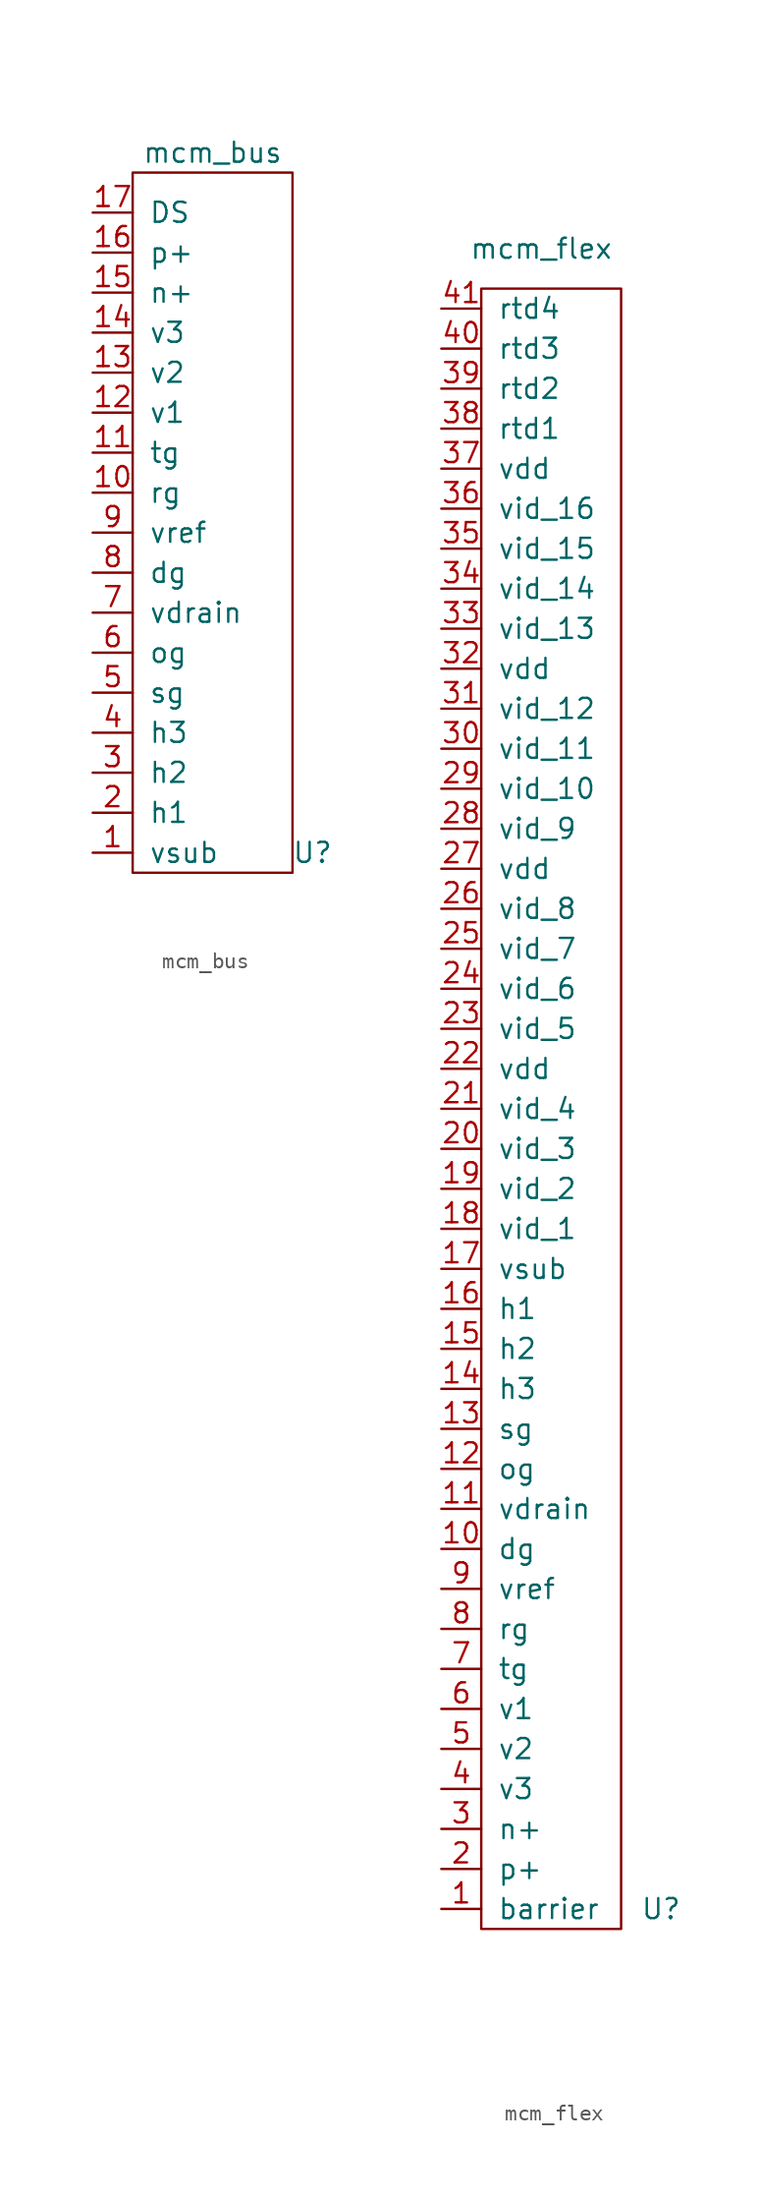
<source format=kicad_sym>
(kicad_symbol_lib
  (version 20220914)
  (generator kicad_symbol_editor)
  (symbol "mcm_bus"
    (pin_names
      (offset 1.016))
    (property "Reference" "U"
      (at 13.97 2.54 0)
      (effects (font (size 1.27 1.27))))
    (property "Value" "mcm_bus"
      (at 7.62 46.99 0)
      (effects (font (size 1.27 1.27))))
    (symbol "mcm_bus_0_1"
      (rectangle (start 2.54 1.27) (end 12.7 45.72) (stroke (width 0) (type default)) (fill (type none))))
    (symbol "mcm_bus_1_1"
      (pin bidirectional line (at 0 2.54 0) (length 2.54) (name "vsub" (effects (font (size 1.27 1.27)))) (number "1" (effects (font (size 1.27 1.27)))))
      (pin bidirectional line (at 0 25.4 0) (length 2.54) (name "rg" (effects (font (size 1.27 1.27)))) (number "10" (effects (font (size 1.27 1.27)))))
      (pin bidirectional line (at 0 27.94 0) (length 2.54) (name "tg" (effects (font (size 1.27 1.27)))) (number "11" (effects (font (size 1.27 1.27)))))
      (pin bidirectional line (at 0 30.48 0) (length 2.54) (name "v1" (effects (font (size 1.27 1.27)))) (number "12" (effects (font (size 1.27 1.27)))))
      (pin bidirectional line (at 0 33.02 0) (length 2.54) (name "v2" (effects (font (size 1.27 1.27)))) (number "13" (effects (font (size 1.27 1.27)))))
      (pin bidirectional line (at 0 35.56 0) (length 2.54) (name "v3" (effects (font (size 1.27 1.27)))) (number "14" (effects (font (size 1.27 1.27)))))
      (pin bidirectional line (at 0 38.1 0) (length 2.54) (name "n+" (effects (font (size 1.27 1.27)))) (number "15" (effects (font (size 1.27 1.27)))))
      (pin bidirectional line (at 0 40.64 0) (length 2.54) (name "p+" (effects (font (size 1.27 1.27)))) (number "16" (effects (font (size 1.27 1.27)))))
      (pin bidirectional line (at 0 43.18 0) (length 2.54) (name "DS" (effects (font (size 1.27 1.27)))) (number "17" (effects (font (size 1.27 1.27)))))
      (pin bidirectional line (at 0 5.08 0) (length 2.54) (name "h1" (effects (font (size 1.27 1.27)))) (number "2" (effects (font (size 1.27 1.27)))))
      (pin bidirectional line (at 0 7.62 0) (length 2.54) (name "h2" (effects (font (size 1.27 1.27)))) (number "3" (effects (font (size 1.27 1.27)))))
      (pin bidirectional line (at 0 10.16 0) (length 2.54) (name "h3" (effects (font (size 1.27 1.27)))) (number "4" (effects (font (size 1.27 1.27)))))
      (pin bidirectional line (at 0 12.7 0) (length 2.54) (name "sg" (effects (font (size 1.27 1.27)))) (number "5" (effects (font (size 1.27 1.27)))))
      (pin bidirectional line (at 0 15.24 0) (length 2.54) (name "og" (effects (font (size 1.27 1.27)))) (number "6" (effects (font (size 1.27 1.27)))))
      (pin bidirectional line (at 0 17.78 0) (length 2.54) (name "vdrain" (effects (font (size 1.27 1.27)))) (number "7" (effects (font (size 1.27 1.27)))))
      (pin bidirectional line (at 0 20.32 0) (length 2.54) (name "dg" (effects (font (size 1.27 1.27)))) (number "8" (effects (font (size 1.27 1.27)))))
      (pin bidirectional line (at 0 22.86 0) (length 2.54) (name "vref" (effects (font (size 1.27 1.27)))) (number "9" (effects (font (size 1.27 1.27)))))))
  (symbol "mcm_flex"
    (pin_names
      (offset 1.016))
    (property "Reference" "U"
      (at 13.97 2.54 0)
      (effects (font (size 1.27 1.27))))
    (property "Value" "mcm_flex"
      (at 6.35 107.95 0)
      (effects (font (size 1.27 1.27))))
    (symbol "mcm_flex_0_1"
      (rectangle (start 2.54 105.41) (end 11.43 1.27) (stroke (width 0) (type default)) (fill (type none))))
    (symbol "mcm_flex_1_1"
      (pin bidirectional line (at 0 2.54 0) (length 2.54) (name "barrier" (effects (font (size 1.27 1.27)))) (number "1" (effects (font (size 1.27 1.27)))))
      (pin bidirectional line (at 0 25.4 0) (length 2.54) (name "dg" (effects (font (size 1.27 1.27)))) (number "10" (effects (font (size 1.27 1.27)))))
      (pin bidirectional line (at 0 27.94 0) (length 2.54) (name "vdrain" (effects (font (size 1.27 1.27)))) (number "11" (effects (font (size 1.27 1.27)))))
      (pin bidirectional line (at 0 30.48 0) (length 2.54) (name "og" (effects (font (size 1.27 1.27)))) (number "12" (effects (font (size 1.27 1.27)))))
      (pin bidirectional line (at 0 33.02 0) (length 2.54) (name "sg" (effects (font (size 1.27 1.27)))) (number "13" (effects (font (size 1.27 1.27)))))
      (pin bidirectional line (at 0 35.56 0) (length 2.54) (name "h3" (effects (font (size 1.27 1.27)))) (number "14" (effects (font (size 1.27 1.27)))))
      (pin bidirectional line (at 0 38.1 0) (length 2.54) (name "h2" (effects (font (size 1.27 1.27)))) (number "15" (effects (font (size 1.27 1.27)))))
      (pin bidirectional line (at 0 40.64 0) (length 2.54) (name "h1" (effects (font (size 1.27 1.27)))) (number "16" (effects (font (size 1.27 1.27)))))
      (pin bidirectional line (at 0 43.18 0) (length 2.54) (name "vsub" (effects (font (size 1.27 1.27)))) (number "17" (effects (font (size 1.27 1.27)))))
      (pin bidirectional line (at 0 45.72 0) (length 2.54) (name "vid_1" (effects (font (size 1.27 1.27)))) (number "18" (effects (font (size 1.27 1.27)))))
      (pin bidirectional line (at 0 48.26 0) (length 2.54) (name "vid_2" (effects (font (size 1.27 1.27)))) (number "19" (effects (font (size 1.27 1.27)))))
      (pin bidirectional line (at 0 5.08 0) (length 2.54) (name "p+" (effects (font (size 1.27 1.27)))) (number "2" (effects (font (size 1.27 1.27)))))
      (pin bidirectional line (at 0 50.8 0) (length 2.54) (name "vid_3" (effects (font (size 1.27 1.27)))) (number "20" (effects (font (size 1.27 1.27)))))
      (pin bidirectional line (at 0 53.34 0) (length 2.54) (name "vid_4" (effects (font (size 1.27 1.27)))) (number "21" (effects (font (size 1.27 1.27)))))
      (pin bidirectional line (at 0 55.88 0) (length 2.54) (name "vdd" (effects (font (size 1.27 1.27)))) (number "22" (effects (font (size 1.27 1.27)))))
      (pin bidirectional line (at 0 58.42 0) (length 2.54) (name "vid_5" (effects (font (size 1.27 1.27)))) (number "23" (effects (font (size 1.27 1.27)))))
      (pin bidirectional line (at 0 60.96 0) (length 2.54) (name "vid_6" (effects (font (size 1.27 1.27)))) (number "24" (effects (font (size 1.27 1.27)))))
      (pin bidirectional line (at 0 63.5 0) (length 2.54) (name "vid_7" (effects (font (size 1.27 1.27)))) (number "25" (effects (font (size 1.27 1.27)))))
      (pin bidirectional line (at 0 66.04 0) (length 2.54) (name "vid_8" (effects (font (size 1.27 1.27)))) (number "26" (effects (font (size 1.27 1.27)))))
      (pin bidirectional line (at 0 68.58 0) (length 2.54) (name "vdd" (effects (font (size 1.27 1.27)))) (number "27" (effects (font (size 1.27 1.27)))))
      (pin bidirectional line (at 0 71.12 0) (length 2.54) (name "vid_9" (effects (font (size 1.27 1.27)))) (number "28" (effects (font (size 1.27 1.27)))))
      (pin bidirectional line (at 0 73.66 0) (length 2.54) (name "vid_10" (effects (font (size 1.27 1.27)))) (number "29" (effects (font (size 1.27 1.27)))))
      (pin bidirectional line (at 0 7.62 0) (length 2.54) (name "n+" (effects (font (size 1.27 1.27)))) (number "3" (effects (font (size 1.27 1.27)))))
      (pin bidirectional line (at 0 76.2 0) (length 2.54) (name "vid_11" (effects (font (size 1.27 1.27)))) (number "30" (effects (font (size 1.27 1.27)))))
      (pin bidirectional line (at 0 78.74 0) (length 2.54) (name "vid_12" (effects (font (size 1.27 1.27)))) (number "31" (effects (font (size 1.27 1.27)))))
      (pin bidirectional line (at 0 81.28 0) (length 2.54) (name "vdd" (effects (font (size 1.27 1.27)))) (number "32" (effects (font (size 1.27 1.27)))))
      (pin bidirectional line (at 0 83.82 0) (length 2.54) (name "vid_13" (effects (font (size 1.27 1.27)))) (number "33" (effects (font (size 1.27 1.27)))))
      (pin bidirectional line (at 0 86.36 0) (length 2.54) (name "vid_14" (effects (font (size 1.27 1.27)))) (number "34" (effects (font (size 1.27 1.27)))))
      (pin bidirectional line (at 0 88.9 0) (length 2.54) (name "vid_15" (effects (font (size 1.27 1.27)))) (number "35" (effects (font (size 1.27 1.27)))))
      (pin bidirectional line (at 0 91.44 0) (length 2.54) (name "vid_16" (effects (font (size 1.27 1.27)))) (number "36" (effects (font (size 1.27 1.27)))))
      (pin bidirectional line (at 0 93.98 0) (length 2.54) (name "vdd" (effects (font (size 1.27 1.27)))) (number "37" (effects (font (size 1.27 1.27)))))
      (pin input line (at 0 96.52 0) (length 2.54) (name "rtd1" (effects (font (size 1.27 1.27)))) (number "38" (effects (font (size 1.27 1.27)))))
      (pin input line (at 0 99.06 0) (length 2.54) (name "rtd2" (effects (font (size 1.27 1.27)))) (number "39" (effects (font (size 1.27 1.27)))))
      (pin bidirectional line (at 0 10.16 0) (length 2.54) (name "v3" (effects (font (size 1.27 1.27)))) (number "4" (effects (font (size 1.27 1.27)))))
      (pin input line (at 0 101.6 0) (length 2.54) (name "rtd3" (effects (font (size 1.27 1.27)))) (number "40" (effects (font (size 1.27 1.27)))))
      (pin input line (at 0 104.14 0) (length 2.54) (name "rtd4" (effects (font (size 1.27 1.27)))) (number "41" (effects (font (size 1.27 1.27)))))
      (pin bidirectional line (at 0 12.7 0) (length 2.54) (name "v2" (effects (font (size 1.27 1.27)))) (number "5" (effects (font (size 1.27 1.27)))))
      (pin bidirectional line (at 0 15.24 0) (length 2.54) (name "v1" (effects (font (size 1.27 1.27)))) (number "6" (effects (font (size 1.27 1.27)))))
      (pin bidirectional line (at 0 17.78 0) (length 2.54) (name "tg" (effects (font (size 1.27 1.27)))) (number "7" (effects (font (size 1.27 1.27)))))
      (pin bidirectional line (at 0 20.32 0) (length 2.54) (name "rg" (effects (font (size 1.27 1.27)))) (number "8" (effects (font (size 1.27 1.27)))))
      (pin bidirectional line (at 0 22.86 0) (length 2.54) (name "vref" (effects (font (size 1.27 1.27)))) (number "9" (effects (font (size 1.27 1.27))))))))
</source>
